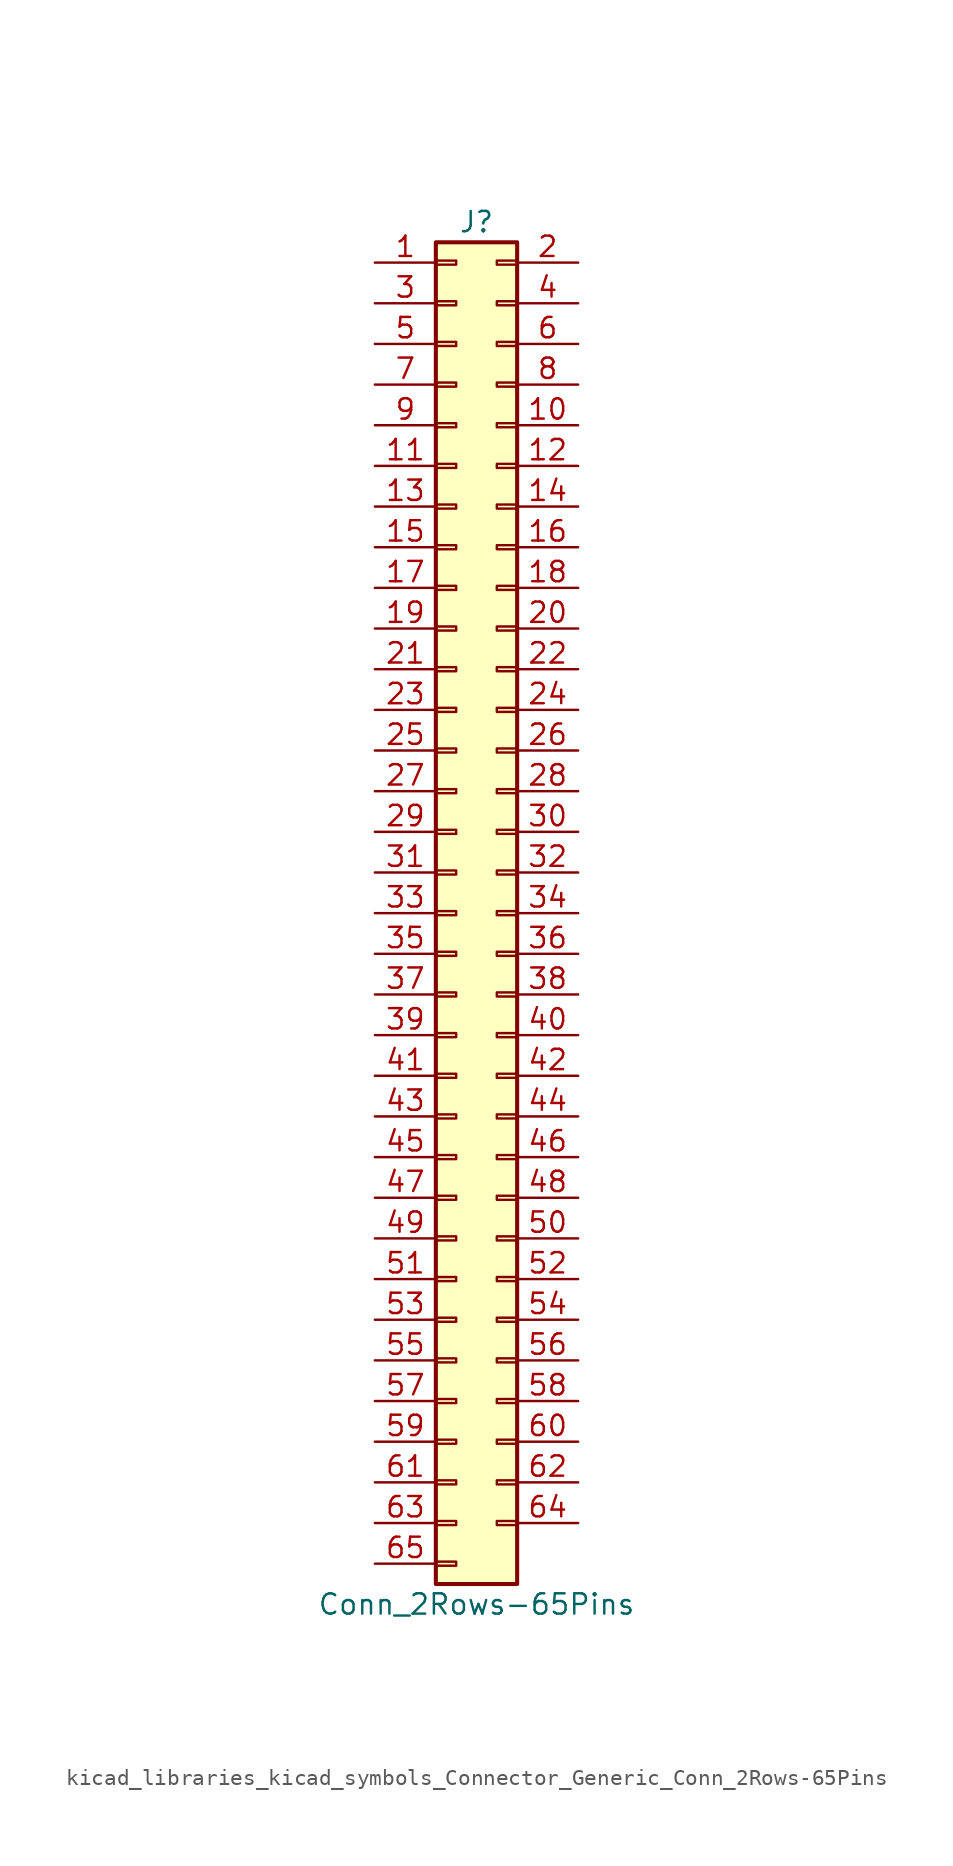
<source format=kicad_sym>
(kicad_symbol_lib
  (version 20220914)
  (generator kicad_symbol_editor)
  (symbol "kicad_libraries_kicad_symbols_Connector_Generic_Conn_2Rows-65Pins"
    (pin_names
      (offset 1.016) hide)
    (property "Reference" "J"
      (at 1.27 43.18 0)
      (effects (font (size 1.27 1.27))))
    (property "Value" "Conn_2Rows-65Pins"
      (at 1.27 -43.18 0)
      (effects (font (size 1.27 1.27))))
    (symbol "kicad_libraries_kicad_symbols_Connector_Generic_Conn_2Rows-65Pins_1_1"
      (rectangle (start -1.27 -40.513) (end 0 -40.767) (stroke (width 0.152) (type default)) (fill (type none)))
      (rectangle (start -1.27 -37.973) (end 0 -38.227) (stroke (width 0.152) (type default)) (fill (type none)))
      (rectangle (start -1.27 -35.433) (end 0 -35.687) (stroke (width 0.152) (type default)) (fill (type none)))
      (rectangle (start -1.27 -32.893) (end 0 -33.147) (stroke (width 0.152) (type default)) (fill (type none)))
      (rectangle (start -1.27 -30.353) (end 0 -30.607) (stroke (width 0.152) (type default)) (fill (type none)))
      (rectangle (start -1.27 -27.813) (end 0 -28.067) (stroke (width 0.152) (type default)) (fill (type none)))
      (rectangle (start -1.27 -25.273) (end 0 -25.527) (stroke (width 0.152) (type default)) (fill (type none)))
      (rectangle (start -1.27 -22.733) (end 0 -22.987) (stroke (width 0.152) (type default)) (fill (type none)))
      (rectangle (start -1.27 -20.193) (end 0 -20.447) (stroke (width 0.152) (type default)) (fill (type none)))
      (rectangle (start -1.27 -17.653) (end 0 -17.907) (stroke (width 0.152) (type default)) (fill (type none)))
      (rectangle (start -1.27 -15.113) (end 0 -15.367) (stroke (width 0.152) (type default)) (fill (type none)))
      (rectangle (start -1.27 -12.573) (end 0 -12.827) (stroke (width 0.152) (type default)) (fill (type none)))
      (rectangle (start -1.27 -10.033) (end 0 -10.287) (stroke (width 0.152) (type default)) (fill (type none)))
      (rectangle (start -1.27 -7.493) (end 0 -7.747) (stroke (width 0.152) (type default)) (fill (type none)))
      (rectangle (start -1.27 -4.953) (end 0 -5.207) (stroke (width 0.152) (type default)) (fill (type none)))
      (rectangle (start -1.27 -2.413) (end 0 -2.667) (stroke (width 0.152) (type default)) (fill (type none)))
      (rectangle (start -1.27 0.127) (end 0 -0.127) (stroke (width 0.152) (type default)) (fill (type none)))
      (rectangle (start -1.27 2.667) (end 0 2.413) (stroke (width 0.152) (type default)) (fill (type none)))
      (rectangle (start -1.27 5.207) (end 0 4.953) (stroke (width 0.152) (type default)) (fill (type none)))
      (rectangle (start -1.27 7.747) (end 0 7.493) (stroke (width 0.152) (type default)) (fill (type none)))
      (rectangle (start -1.27 10.287) (end 0 10.033) (stroke (width 0.152) (type default)) (fill (type none)))
      (rectangle (start -1.27 12.827) (end 0 12.573) (stroke (width 0.152) (type default)) (fill (type none)))
      (rectangle (start -1.27 15.367) (end 0 15.113) (stroke (width 0.152) (type default)) (fill (type none)))
      (rectangle (start -1.27 17.907) (end 0 17.653) (stroke (width 0.152) (type default)) (fill (type none)))
      (rectangle (start -1.27 20.447) (end 0 20.193) (stroke (width 0.152) (type default)) (fill (type none)))
      (rectangle (start -1.27 22.987) (end 0 22.733) (stroke (width 0.152) (type default)) (fill (type none)))
      (rectangle (start -1.27 25.527) (end 0 25.273) (stroke (width 0.152) (type default)) (fill (type none)))
      (rectangle (start -1.27 28.067) (end 0 27.813) (stroke (width 0.152) (type default)) (fill (type none)))
      (rectangle (start -1.27 30.607) (end 0 30.353) (stroke (width 0.152) (type default)) (fill (type none)))
      (rectangle (start -1.27 33.147) (end 0 32.893) (stroke (width 0.152) (type default)) (fill (type none)))
      (rectangle (start -1.27 35.687) (end 0 35.433) (stroke (width 0.152) (type default)) (fill (type none)))
      (rectangle (start -1.27 38.227) (end 0 37.973) (stroke (width 0.152) (type default)) (fill (type none)))
      (rectangle (start -1.27 40.767) (end 0 40.513) (stroke (width 0.152) (type default)) (fill (type none)))
      (rectangle (start -1.27 41.91) (end 3.81 -41.91) (stroke (width 0.254) (type default)) (fill (type background)))
      (rectangle (start 3.81 -37.973) (end 2.54 -38.227) (stroke (width 0.152) (type default)) (fill (type none)))
      (rectangle (start 3.81 -35.433) (end 2.54 -35.687) (stroke (width 0.152) (type default)) (fill (type none)))
      (rectangle (start 3.81 -32.893) (end 2.54 -33.147) (stroke (width 0.152) (type default)) (fill (type none)))
      (rectangle (start 3.81 -30.353) (end 2.54 -30.607) (stroke (width 0.152) (type default)) (fill (type none)))
      (rectangle (start 3.81 -27.813) (end 2.54 -28.067) (stroke (width 0.152) (type default)) (fill (type none)))
      (rectangle (start 3.81 -25.273) (end 2.54 -25.527) (stroke (width 0.152) (type default)) (fill (type none)))
      (rectangle (start 3.81 -22.733) (end 2.54 -22.987) (stroke (width 0.152) (type default)) (fill (type none)))
      (rectangle (start 3.81 -20.193) (end 2.54 -20.447) (stroke (width 0.152) (type default)) (fill (type none)))
      (rectangle (start 3.81 -17.653) (end 2.54 -17.907) (stroke (width 0.152) (type default)) (fill (type none)))
      (rectangle (start 3.81 -15.113) (end 2.54 -15.367) (stroke (width 0.152) (type default)) (fill (type none)))
      (rectangle (start 3.81 -12.573) (end 2.54 -12.827) (stroke (width 0.152) (type default)) (fill (type none)))
      (rectangle (start 3.81 -10.033) (end 2.54 -10.287) (stroke (width 0.152) (type default)) (fill (type none)))
      (rectangle (start 3.81 -7.493) (end 2.54 -7.747) (stroke (width 0.152) (type default)) (fill (type none)))
      (rectangle (start 3.81 -4.953) (end 2.54 -5.207) (stroke (width 0.152) (type default)) (fill (type none)))
      (rectangle (start 3.81 -2.413) (end 2.54 -2.667) (stroke (width 0.152) (type default)) (fill (type none)))
      (rectangle (start 3.81 0.127) (end 2.54 -0.127) (stroke (width 0.152) (type default)) (fill (type none)))
      (rectangle (start 3.81 2.667) (end 2.54 2.413) (stroke (width 0.152) (type default)) (fill (type none)))
      (rectangle (start 3.81 5.207) (end 2.54 4.953) (stroke (width 0.152) (type default)) (fill (type none)))
      (rectangle (start 3.81 7.747) (end 2.54 7.493) (stroke (width 0.152) (type default)) (fill (type none)))
      (rectangle (start 3.81 10.287) (end 2.54 10.033) (stroke (width 0.152) (type default)) (fill (type none)))
      (rectangle (start 3.81 12.827) (end 2.54 12.573) (stroke (width 0.152) (type default)) (fill (type none)))
      (rectangle (start 3.81 15.367) (end 2.54 15.113) (stroke (width 0.152) (type default)) (fill (type none)))
      (rectangle (start 3.81 17.907) (end 2.54 17.653) (stroke (width 0.152) (type default)) (fill (type none)))
      (rectangle (start 3.81 20.447) (end 2.54 20.193) (stroke (width 0.152) (type default)) (fill (type none)))
      (rectangle (start 3.81 22.987) (end 2.54 22.733) (stroke (width 0.152) (type default)) (fill (type none)))
      (rectangle (start 3.81 25.527) (end 2.54 25.273) (stroke (width 0.152) (type default)) (fill (type none)))
      (rectangle (start 3.81 28.067) (end 2.54 27.813) (stroke (width 0.152) (type default)) (fill (type none)))
      (rectangle (start 3.81 30.607) (end 2.54 30.353) (stroke (width 0.152) (type default)) (fill (type none)))
      (rectangle (start 3.81 33.147) (end 2.54 32.893) (stroke (width 0.152) (type default)) (fill (type none)))
      (rectangle (start 3.81 35.687) (end 2.54 35.433) (stroke (width 0.152) (type default)) (fill (type none)))
      (rectangle (start 3.81 38.227) (end 2.54 37.973) (stroke (width 0.152) (type default)) (fill (type none)))
      (rectangle (start 3.81 40.767) (end 2.54 40.513) (stroke (width 0.152) (type default)) (fill (type none)))
      (pin passive line (at -5.08 40.64 0) (length 3.81) (name "Pin_1" (effects (font (size 1.27 1.27)))) (number "1" (effects (font (size 1.27 1.27)))))
      (pin passive line (at 7.62 30.48 180) (length 3.81) (name "Pin_10" (effects (font (size 1.27 1.27)))) (number "10" (effects (font (size 1.27 1.27)))))
      (pin passive line (at -5.08 27.94 0) (length 3.81) (name "Pin_11" (effects (font (size 1.27 1.27)))) (number "11" (effects (font (size 1.27 1.27)))))
      (pin passive line (at 7.62 27.94 180) (length 3.81) (name "Pin_12" (effects (font (size 1.27 1.27)))) (number "12" (effects (font (size 1.27 1.27)))))
      (pin passive line (at -5.08 25.4 0) (length 3.81) (name "Pin_13" (effects (font (size 1.27 1.27)))) (number "13" (effects (font (size 1.27 1.27)))))
      (pin passive line (at 7.62 25.4 180) (length 3.81) (name "Pin_14" (effects (font (size 1.27 1.27)))) (number "14" (effects (font (size 1.27 1.27)))))
      (pin passive line (at -5.08 22.86 0) (length 3.81) (name "Pin_15" (effects (font (size 1.27 1.27)))) (number "15" (effects (font (size 1.27 1.27)))))
      (pin passive line (at 7.62 22.86 180) (length 3.81) (name "Pin_16" (effects (font (size 1.27 1.27)))) (number "16" (effects (font (size 1.27 1.27)))))
      (pin passive line (at -5.08 20.32 0) (length 3.81) (name "Pin_17" (effects (font (size 1.27 1.27)))) (number "17" (effects (font (size 1.27 1.27)))))
      (pin passive line (at 7.62 20.32 180) (length 3.81) (name "Pin_18" (effects (font (size 1.27 1.27)))) (number "18" (effects (font (size 1.27 1.27)))))
      (pin passive line (at -5.08 17.78 0) (length 3.81) (name "Pin_19" (effects (font (size 1.27 1.27)))) (number "19" (effects (font (size 1.27 1.27)))))
      (pin passive line (at 7.62 40.64 180) (length 3.81) (name "Pin_2" (effects (font (size 1.27 1.27)))) (number "2" (effects (font (size 1.27 1.27)))))
      (pin passive line (at 7.62 17.78 180) (length 3.81) (name "Pin_20" (effects (font (size 1.27 1.27)))) (number "20" (effects (font (size 1.27 1.27)))))
      (pin passive line (at -5.08 15.24 0) (length 3.81) (name "Pin_21" (effects (font (size 1.27 1.27)))) (number "21" (effects (font (size 1.27 1.27)))))
      (pin passive line (at 7.62 15.24 180) (length 3.81) (name "Pin_22" (effects (font (size 1.27 1.27)))) (number "22" (effects (font (size 1.27 1.27)))))
      (pin passive line (at -5.08 12.7 0) (length 3.81) (name "Pin_23" (effects (font (size 1.27 1.27)))) (number "23" (effects (font (size 1.27 1.27)))))
      (pin passive line (at 7.62 12.7 180) (length 3.81) (name "Pin_24" (effects (font (size 1.27 1.27)))) (number "24" (effects (font (size 1.27 1.27)))))
      (pin passive line (at -5.08 10.16 0) (length 3.81) (name "Pin_25" (effects (font (size 1.27 1.27)))) (number "25" (effects (font (size 1.27 1.27)))))
      (pin passive line (at 7.62 10.16 180) (length 3.81) (name "Pin_26" (effects (font (size 1.27 1.27)))) (number "26" (effects (font (size 1.27 1.27)))))
      (pin passive line (at -5.08 7.62 0) (length 3.81) (name "Pin_27" (effects (font (size 1.27 1.27)))) (number "27" (effects (font (size 1.27 1.27)))))
      (pin passive line (at 7.62 7.62 180) (length 3.81) (name "Pin_28" (effects (font (size 1.27 1.27)))) (number "28" (effects (font (size 1.27 1.27)))))
      (pin passive line (at -5.08 5.08 0) (length 3.81) (name "Pin_29" (effects (font (size 1.27 1.27)))) (number "29" (effects (font (size 1.27 1.27)))))
      (pin passive line (at -5.08 38.1 0) (length 3.81) (name "Pin_3" (effects (font (size 1.27 1.27)))) (number "3" (effects (font (size 1.27 1.27)))))
      (pin passive line (at 7.62 5.08 180) (length 3.81) (name "Pin_30" (effects (font (size 1.27 1.27)))) (number "30" (effects (font (size 1.27 1.27)))))
      (pin passive line (at -5.08 2.54 0) (length 3.81) (name "Pin_31" (effects (font (size 1.27 1.27)))) (number "31" (effects (font (size 1.27 1.27)))))
      (pin passive line (at 7.62 2.54 180) (length 3.81) (name "Pin_32" (effects (font (size 1.27 1.27)))) (number "32" (effects (font (size 1.27 1.27)))))
      (pin passive line (at -5.08 0 0) (length 3.81) (name "Pin_33" (effects (font (size 1.27 1.27)))) (number "33" (effects (font (size 1.27 1.27)))))
      (pin passive line (at 7.62 0 180) (length 3.81) (name "Pin_34" (effects (font (size 1.27 1.27)))) (number "34" (effects (font (size 1.27 1.27)))))
      (pin passive line (at -5.08 -2.54 0) (length 3.81) (name "Pin_35" (effects (font (size 1.27 1.27)))) (number "35" (effects (font (size 1.27 1.27)))))
      (pin passive line (at 7.62 -2.54 180) (length 3.81) (name "Pin_36" (effects (font (size 1.27 1.27)))) (number "36" (effects (font (size 1.27 1.27)))))
      (pin passive line (at -5.08 -5.08 0) (length 3.81) (name "Pin_37" (effects (font (size 1.27 1.27)))) (number "37" (effects (font (size 1.27 1.27)))))
      (pin passive line (at 7.62 -5.08 180) (length 3.81) (name "Pin_38" (effects (font (size 1.27 1.27)))) (number "38" (effects (font (size 1.27 1.27)))))
      (pin passive line (at -5.08 -7.62 0) (length 3.81) (name "Pin_39" (effects (font (size 1.27 1.27)))) (number "39" (effects (font (size 1.27 1.27)))))
      (pin passive line (at 7.62 38.1 180) (length 3.81) (name "Pin_4" (effects (font (size 1.27 1.27)))) (number "4" (effects (font (size 1.27 1.27)))))
      (pin passive line (at 7.62 -7.62 180) (length 3.81) (name "Pin_40" (effects (font (size 1.27 1.27)))) (number "40" (effects (font (size 1.27 1.27)))))
      (pin passive line (at -5.08 -10.16 0) (length 3.81) (name "Pin_41" (effects (font (size 1.27 1.27)))) (number "41" (effects (font (size 1.27 1.27)))))
      (pin passive line (at 7.62 -10.16 180) (length 3.81) (name "Pin_42" (effects (font (size 1.27 1.27)))) (number "42" (effects (font (size 1.27 1.27)))))
      (pin passive line (at -5.08 -12.7 0) (length 3.81) (name "Pin_43" (effects (font (size 1.27 1.27)))) (number "43" (effects (font (size 1.27 1.27)))))
      (pin passive line (at 7.62 -12.7 180) (length 3.81) (name "Pin_44" (effects (font (size 1.27 1.27)))) (number "44" (effects (font (size 1.27 1.27)))))
      (pin passive line (at -5.08 -15.24 0) (length 3.81) (name "Pin_45" (effects (font (size 1.27 1.27)))) (number "45" (effects (font (size 1.27 1.27)))))
      (pin passive line (at 7.62 -15.24 180) (length 3.81) (name "Pin_46" (effects (font (size 1.27 1.27)))) (number "46" (effects (font (size 1.27 1.27)))))
      (pin passive line (at -5.08 -17.78 0) (length 3.81) (name "Pin_47" (effects (font (size 1.27 1.27)))) (number "47" (effects (font (size 1.27 1.27)))))
      (pin passive line (at 7.62 -17.78 180) (length 3.81) (name "Pin_48" (effects (font (size 1.27 1.27)))) (number "48" (effects (font (size 1.27 1.27)))))
      (pin passive line (at -5.08 -20.32 0) (length 3.81) (name "Pin_49" (effects (font (size 1.27 1.27)))) (number "49" (effects (font (size 1.27 1.27)))))
      (pin passive line (at -5.08 35.56 0) (length 3.81) (name "Pin_5" (effects (font (size 1.27 1.27)))) (number "5" (effects (font (size 1.27 1.27)))))
      (pin passive line (at 7.62 -20.32 180) (length 3.81) (name "Pin_50" (effects (font (size 1.27 1.27)))) (number "50" (effects (font (size 1.27 1.27)))))
      (pin passive line (at -5.08 -22.86 0) (length 3.81) (name "Pin_51" (effects (font (size 1.27 1.27)))) (number "51" (effects (font (size 1.27 1.27)))))
      (pin passive line (at 7.62 -22.86 180) (length 3.81) (name "Pin_52" (effects (font (size 1.27 1.27)))) (number "52" (effects (font (size 1.27 1.27)))))
      (pin passive line (at -5.08 -25.4 0) (length 3.81) (name "Pin_53" (effects (font (size 1.27 1.27)))) (number "53" (effects (font (size 1.27 1.27)))))
      (pin passive line (at 7.62 -25.4 180) (length 3.81) (name "Pin_54" (effects (font (size 1.27 1.27)))) (number "54" (effects (font (size 1.27 1.27)))))
      (pin passive line (at -5.08 -27.94 0) (length 3.81) (name "Pin_55" (effects (font (size 1.27 1.27)))) (number "55" (effects (font (size 1.27 1.27)))))
      (pin passive line (at 7.62 -27.94 180) (length 3.81) (name "Pin_56" (effects (font (size 1.27 1.27)))) (number "56" (effects (font (size 1.27 1.27)))))
      (pin passive line (at -5.08 -30.48 0) (length 3.81) (name "Pin_57" (effects (font (size 1.27 1.27)))) (number "57" (effects (font (size 1.27 1.27)))))
      (pin passive line (at 7.62 -30.48 180) (length 3.81) (name "Pin_58" (effects (font (size 1.27 1.27)))) (number "58" (effects (font (size 1.27 1.27)))))
      (pin passive line (at -5.08 -33.02 0) (length 3.81) (name "Pin_59" (effects (font (size 1.27 1.27)))) (number "59" (effects (font (size 1.27 1.27)))))
      (pin passive line (at 7.62 35.56 180) (length 3.81) (name "Pin_6" (effects (font (size 1.27 1.27)))) (number "6" (effects (font (size 1.27 1.27)))))
      (pin passive line (at 7.62 -33.02 180) (length 3.81) (name "Pin_60" (effects (font (size 1.27 1.27)))) (number "60" (effects (font (size 1.27 1.27)))))
      (pin passive line (at -5.08 -35.56 0) (length 3.81) (name "Pin_61" (effects (font (size 1.27 1.27)))) (number "61" (effects (font (size 1.27 1.27)))))
      (pin passive line (at 7.62 -35.56 180) (length 3.81) (name "Pin_62" (effects (font (size 1.27 1.27)))) (number "62" (effects (font (size 1.27 1.27)))))
      (pin passive line (at -5.08 -38.1 0) (length 3.81) (name "Pin_63" (effects (font (size 1.27 1.27)))) (number "63" (effects (font (size 1.27 1.27)))))
      (pin passive line (at 7.62 -38.1 180) (length 3.81) (name "Pin_64" (effects (font (size 1.27 1.27)))) (number "64" (effects (font (size 1.27 1.27)))))
      (pin passive line (at -5.08 -40.64 0) (length 3.81) (name "Pin_65" (effects (font (size 1.27 1.27)))) (number "65" (effects (font (size 1.27 1.27)))))
      (pin passive line (at -5.08 33.02 0) (length 3.81) (name "Pin_7" (effects (font (size 1.27 1.27)))) (number "7" (effects (font (size 1.27 1.27)))))
      (pin passive line (at 7.62 33.02 180) (length 3.81) (name "Pin_8" (effects (font (size 1.27 1.27)))) (number "8" (effects (font (size 1.27 1.27)))))
      (pin passive line (at -5.08 30.48 0) (length 3.81) (name "Pin_9" (effects (font (size 1.27 1.27)))) (number "9" (effects (font (size 1.27 1.27))))))))
</source>
